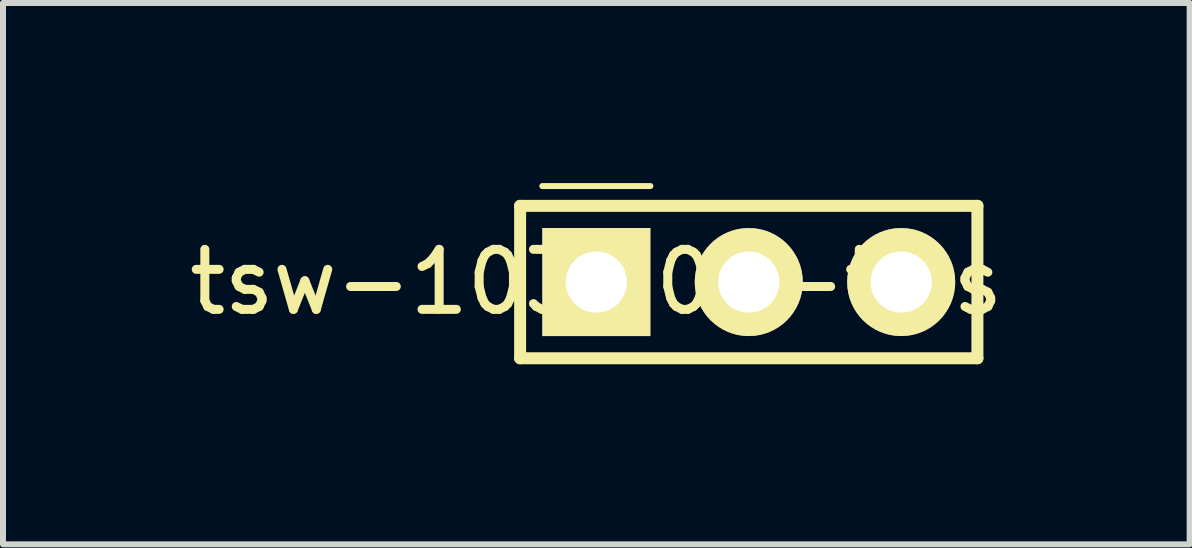
<source format=kicad_pcb>
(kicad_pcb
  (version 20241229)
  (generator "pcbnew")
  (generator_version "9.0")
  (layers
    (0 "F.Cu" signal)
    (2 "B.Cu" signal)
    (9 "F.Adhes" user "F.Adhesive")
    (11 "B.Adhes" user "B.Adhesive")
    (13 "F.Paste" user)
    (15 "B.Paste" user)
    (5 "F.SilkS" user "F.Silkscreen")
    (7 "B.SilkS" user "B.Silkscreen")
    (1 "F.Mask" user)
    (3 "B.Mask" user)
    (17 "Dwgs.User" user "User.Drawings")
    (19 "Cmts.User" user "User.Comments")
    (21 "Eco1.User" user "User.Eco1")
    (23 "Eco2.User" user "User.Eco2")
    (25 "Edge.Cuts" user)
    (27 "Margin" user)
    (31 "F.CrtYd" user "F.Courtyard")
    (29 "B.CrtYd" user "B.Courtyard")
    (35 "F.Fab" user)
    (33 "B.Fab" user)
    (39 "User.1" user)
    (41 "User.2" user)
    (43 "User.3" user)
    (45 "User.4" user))
  (footprint "tsw-103-07-t-s"
    (layer "F.Cu")
    (at 6.887 1.65)
    (property "Reference" "tsw-103-07-t-s" (at 0 0 0) (layer "F.SilkS") (effects (font (size 1 1) (thickness 0.15))))
    (attr through_hole)
    (fp_line (start -1.27 -1.27) (end -1.27 1.27) (stroke (width 0.2) (type solid)) (layer "F.SilkS"))
    (fp_line (start -1.27 1.27) (end 6.35 1.27) (stroke (width 0.2) (type solid)) (layer "F.SilkS"))
    (fp_line (start -0.9 -1.6) (end 0.9 -1.6) (stroke (width 0.1) (type solid)) (layer "F.SilkS"))
    (fp_line (start 6.35 -1.27) (end -1.27 -1.27) (stroke (width 0.2) (type solid)) (layer "F.SilkS"))
    (fp_line (start 6.35 1.27) (end 6.35 -1.27) (stroke (width 0.2) (type solid)) (layer "F.SilkS"))
    (pad "1" thru_hole rect (at 0 0) (size 1.8 1.8) (drill 1.02) (layers "*.Cu" "*.Mask" "F.SilkS"))
    (pad "2" thru_hole circle (at 2.54 0) (size 1.8 1.8) (drill 1.02) (layers "*.Cu" "*.Mask" "F.SilkS"))
    (pad "3" thru_hole circle (at 5.08 0) (size 1.8 1.8) (drill 1.02) (layers "*.Cu" "*.Mask" "F.SilkS")))
  (gr_rect
    (start -3 -3)
    (end 16.774 6.02)
    (stroke (width 0.1) (type default))
    (fill no)
    (layer "Edge.Cuts")))
</source>
